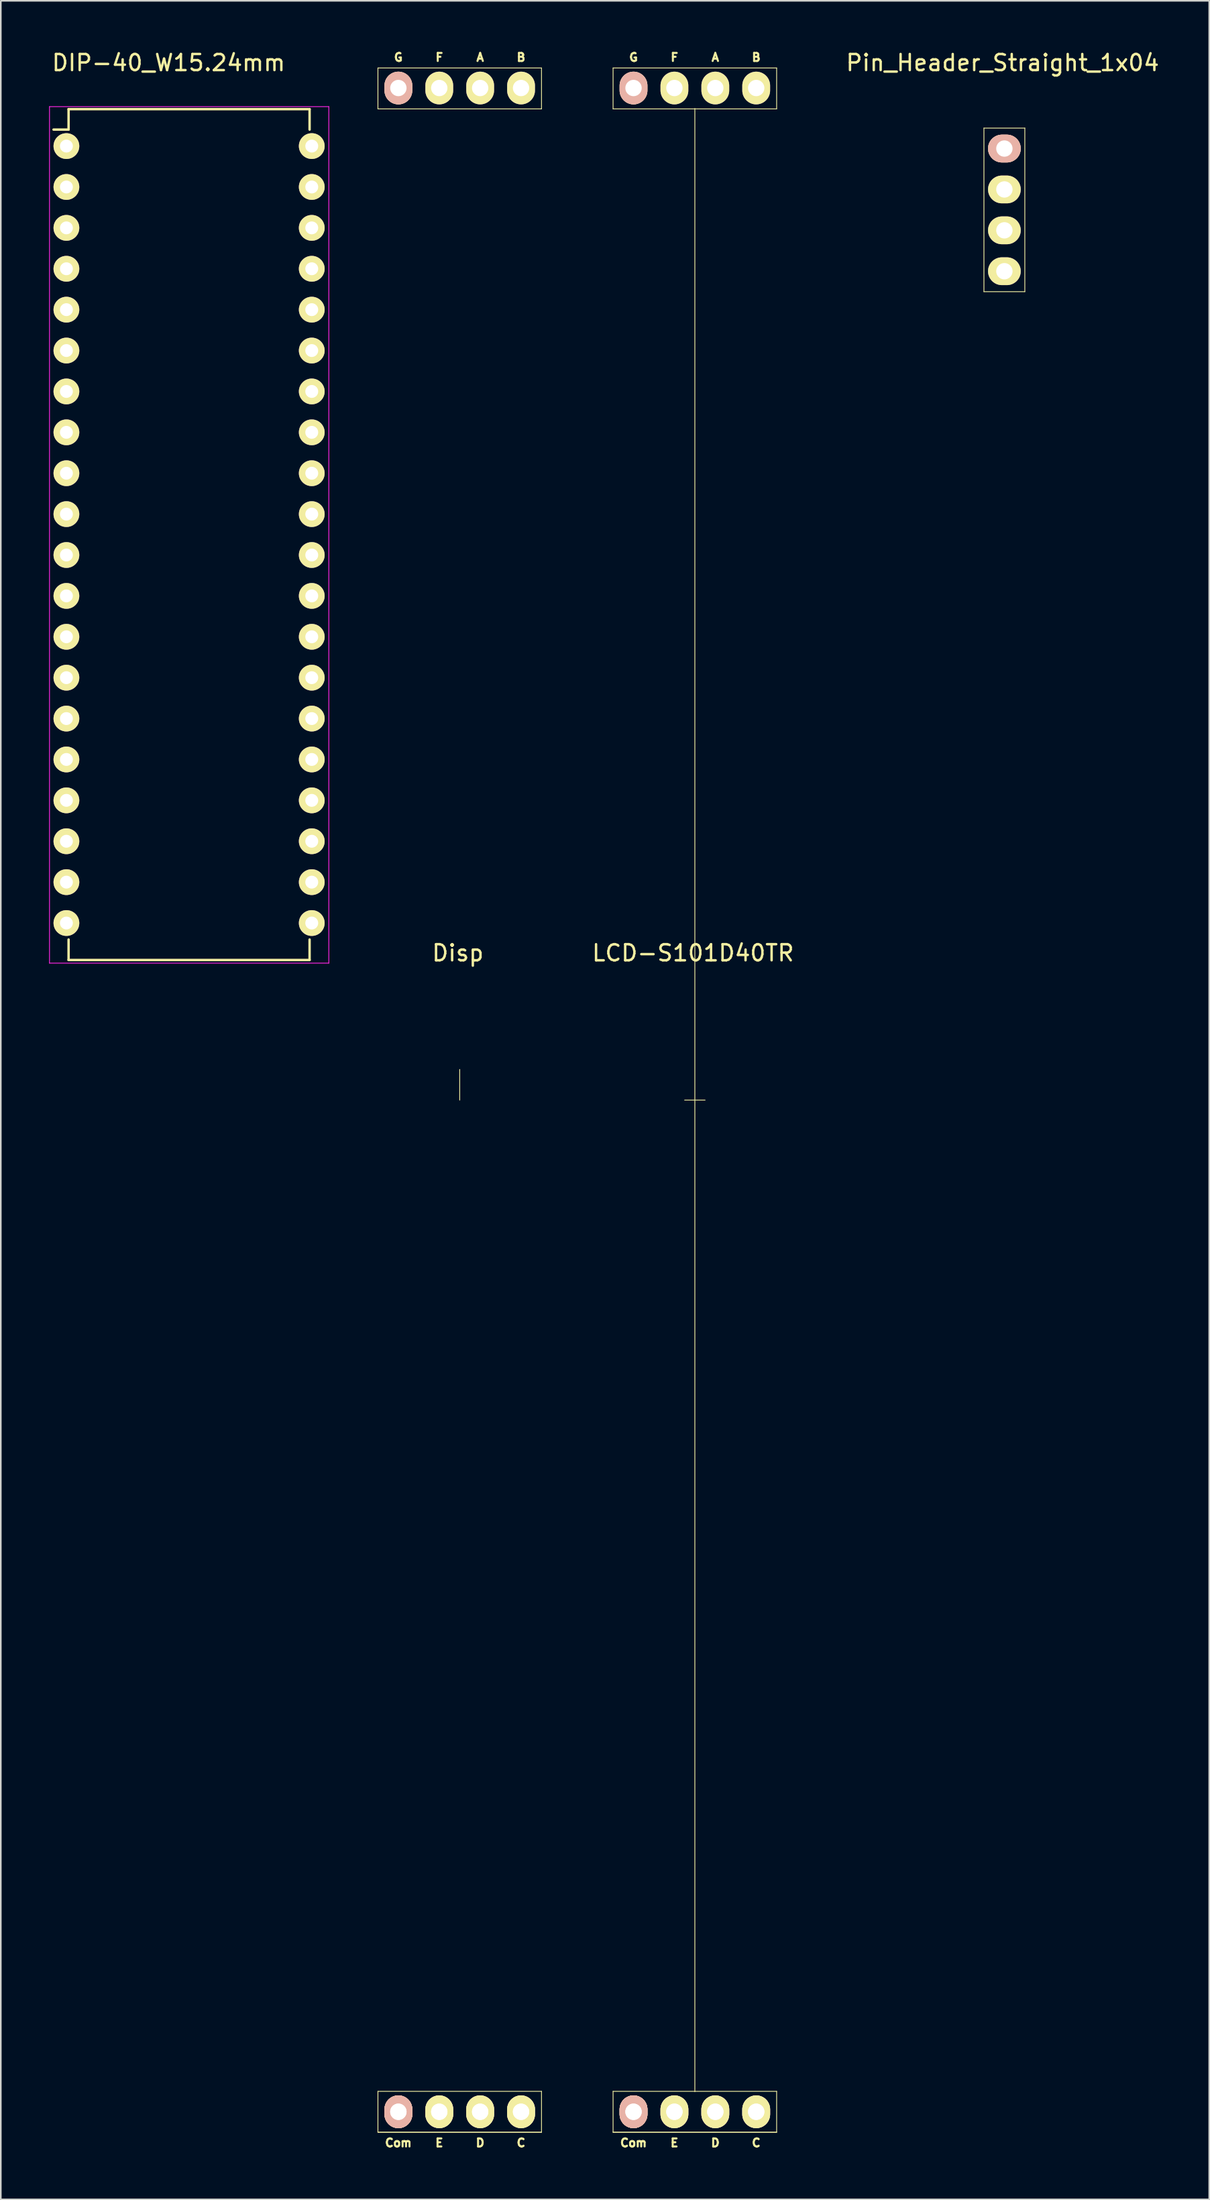
<source format=kicad_pcb>
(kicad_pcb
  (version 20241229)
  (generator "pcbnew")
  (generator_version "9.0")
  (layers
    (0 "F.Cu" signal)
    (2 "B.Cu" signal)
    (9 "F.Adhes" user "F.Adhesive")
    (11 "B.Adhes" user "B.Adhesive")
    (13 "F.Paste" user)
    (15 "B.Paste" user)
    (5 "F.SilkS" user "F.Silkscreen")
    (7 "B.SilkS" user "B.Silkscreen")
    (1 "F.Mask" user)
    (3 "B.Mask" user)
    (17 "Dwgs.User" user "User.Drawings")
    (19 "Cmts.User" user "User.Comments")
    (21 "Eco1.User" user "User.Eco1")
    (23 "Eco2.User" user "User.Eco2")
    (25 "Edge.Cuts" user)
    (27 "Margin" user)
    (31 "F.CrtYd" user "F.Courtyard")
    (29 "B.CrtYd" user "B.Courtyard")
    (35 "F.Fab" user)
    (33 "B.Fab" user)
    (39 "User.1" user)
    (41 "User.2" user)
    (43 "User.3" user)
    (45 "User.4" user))
  (footprint "Pin_Header_Straight_1x04"
    (layer "F.Cu")
    (at 59.337 9.987)
    (property "Reference" "Pin_Header_Straight_1x04" (at -0.114 -9.139 0) (layer "F.SilkS") (effects (font (size 1 1) (thickness 0.15))))
    (attr smd)
    (fp_line (start -1.27 -5.08) (end -1.27 5.08) (stroke (width 0.05) (type solid)) (layer "F.SilkS"))
    (fp_line (start -1.27 5.08) (end 1.27 5.08) (stroke (width 0.05) (type solid)) (layer "F.SilkS"))
    (fp_line (start 1.27 -5.08) (end -1.27 -5.08) (stroke (width 0.05) (type solid)) (layer "F.SilkS"))
    (fp_line (start 1.27 5.08) (end 1.27 -5.08) (stroke (width 0.05) (type solid)) (layer "F.SilkS"))
    (pad "1" thru_hole oval (at 0 -3.81) (size 2.032 1.727) (drill 1.016) (layers "*.Cu" "*.SilkS" "*.Mask"))
    (pad "2" thru_hole oval (at 0 -1.27) (size 2.032 1.727) (drill 1.016) (layers "*.Cu" "*.Mask" "F.SilkS"))
    (pad "3" thru_hole oval (at 0 1.27) (size 2.032 1.727) (drill 1.016) (layers "*.Cu" "*.Mask" "F.SilkS"))
    (pad "4" thru_hole oval (at 0 3.81) (size 2.032 1.727) (drill 1.016) (layers "*.Cu" "*.Mask" "F.SilkS")))
  (footprint "DIP-40_W15.24mm"
    (layer "F.Cu")
    (at 8.695 30.198)
    (property "Reference" "DIP-40_W15.24mm" (at -1.27 -29.35 0) (layer "F.SilkS") (effects (font (size 1 1) (thickness 0.15))))
    (attr through_hole)
    (fp_line (start -7.485 -26.469) (end -7.485 -25.199) (stroke (width 0.15) (type solid)) (layer "F.SilkS"))
    (fp_line (start -7.485 -26.469) (end 7.485 -26.469) (stroke (width 0.15) (type solid)) (layer "F.SilkS"))
    (fp_line (start -7.485 -25.199) (end -8.42 -25.199) (stroke (width 0.15) (type solid)) (layer "F.SilkS"))
    (fp_line (start -7.485 26.381) (end -7.485 25.111) (stroke (width 0.15) (type solid)) (layer "F.SilkS"))
    (fp_line (start -7.485 26.381) (end 7.485 26.381) (stroke (width 0.15) (type solid)) (layer "F.SilkS"))
    (fp_line (start 7.485 -26.469) (end 7.485 -25.199) (stroke (width 0.15) (type solid)) (layer "F.SilkS"))
    (fp_line (start 7.485 26.381) (end 7.485 25.111) (stroke (width 0.15) (type solid)) (layer "F.SilkS"))
    (fp_line (start -8.67 -26.624) (end -8.67 26.576) (stroke (width 0.05) (type solid)) (layer "F.CrtYd"))
    (fp_line (start -8.67 -26.624) (end 8.68 -26.624) (stroke (width 0.05) (type solid)) (layer "F.CrtYd"))
    (fp_line (start -8.67 26.576) (end 8.68 26.576) (stroke (width 0.05) (type solid)) (layer "F.CrtYd"))
    (fp_line (start 8.68 -26.624) (end 8.68 26.576) (stroke (width 0.05) (type solid)) (layer "F.CrtYd"))
    (pad "1" thru_hole oval (at -7.62 -24.174) (size 1.6 1.6) (drill 0.8) (layers "*.Cu" "*.Mask" "F.SilkS"))
    (pad "2" thru_hole oval (at -7.62 -21.634) (size 1.6 1.6) (drill 0.8) (layers "*.Cu" "*.Mask" "F.SilkS"))
    (pad "3" thru_hole oval (at -7.62 -19.094) (size 1.6 1.6) (drill 0.8) (layers "*.Cu" "*.Mask" "F.SilkS"))
    (pad "4" thru_hole oval (at -7.62 -16.554) (size 1.6 1.6) (drill 0.8) (layers "*.Cu" "*.Mask" "F.SilkS"))
    (pad "5" thru_hole oval (at -7.62 -14.014) (size 1.6 1.6) (drill 0.8) (layers "*.Cu" "*.Mask" "F.SilkS"))
    (pad "6" thru_hole oval (at -7.62 -11.474) (size 1.6 1.6) (drill 0.8) (layers "*.Cu" "*.Mask" "F.SilkS"))
    (pad "7" thru_hole oval (at -7.62 -8.934) (size 1.6 1.6) (drill 0.8) (layers "*.Cu" "*.Mask" "F.SilkS"))
    (pad "8" thru_hole oval (at -7.62 -6.394) (size 1.6 1.6) (drill 0.8) (layers "*.Cu" "*.Mask" "F.SilkS"))
    (pad "9" thru_hole oval (at -7.62 -3.854) (size 1.6 1.6) (drill 0.8) (layers "*.Cu" "*.Mask" "F.SilkS"))
    (pad "10" thru_hole oval (at -7.62 -1.314) (size 1.6 1.6) (drill 0.8) (layers "*.Cu" "*.Mask" "F.SilkS"))
    (pad "11" thru_hole oval (at -7.62 1.226) (size 1.6 1.6) (drill 0.8) (layers "*.Cu" "*.Mask" "F.SilkS"))
    (pad "12" thru_hole oval (at -7.62 3.766) (size 1.6 1.6) (drill 0.8) (layers "*.Cu" "*.Mask" "F.SilkS"))
    (pad "13" thru_hole oval (at -7.62 6.306) (size 1.6 1.6) (drill 0.8) (layers "*.Cu" "*.Mask" "F.SilkS"))
    (pad "14" thru_hole oval (at -7.62 8.846) (size 1.6 1.6) (drill 0.8) (layers "*.Cu" "*.Mask" "F.SilkS"))
    (pad "15" thru_hole oval (at -7.62 11.386) (size 1.6 1.6) (drill 0.8) (layers "*.Cu" "*.Mask" "F.SilkS"))
    (pad "16" thru_hole oval (at -7.62 13.926) (size 1.6 1.6) (drill 0.8) (layers "*.Cu" "*.Mask" "F.SilkS"))
    (pad "17" thru_hole oval (at -7.62 16.466) (size 1.6 1.6) (drill 0.8) (layers "*.Cu" "*.Mask" "F.SilkS"))
    (pad "18" thru_hole oval (at -7.62 19.006) (size 1.6 1.6) (drill 0.8) (layers "*.Cu" "*.Mask" "F.SilkS"))
    (pad "19" thru_hole oval (at -7.62 21.546) (size 1.6 1.6) (drill 0.8) (layers "*.Cu" "*.Mask" "F.SilkS"))
    (pad "20" thru_hole oval (at -7.62 24.086) (size 1.6 1.6) (drill 0.8) (layers "*.Cu" "*.Mask" "F.SilkS"))
    (pad "21" thru_hole oval (at 7.62 24.086) (size 1.6 1.6) (drill 0.8) (layers "*.Cu" "*.Mask" "F.SilkS"))
    (pad "22" thru_hole oval (at 7.62 21.546) (size 1.6 1.6) (drill 0.8) (layers "*.Cu" "*.Mask" "F.SilkS"))
    (pad "23" thru_hole oval (at 7.62 19.006) (size 1.6 1.6) (drill 0.8) (layers "*.Cu" "*.Mask" "F.SilkS"))
    (pad "24" thru_hole oval (at 7.62 16.466) (size 1.6 1.6) (drill 0.8) (layers "*.Cu" "*.Mask" "F.SilkS"))
    (pad "25" thru_hole oval (at 7.62 13.926) (size 1.6 1.6) (drill 0.8) (layers "*.Cu" "*.Mask" "F.SilkS"))
    (pad "26" thru_hole oval (at 7.62 11.386) (size 1.6 1.6) (drill 0.8) (layers "*.Cu" "*.Mask" "F.SilkS"))
    (pad "27" thru_hole oval (at 7.62 8.846) (size 1.6 1.6) (drill 0.8) (layers "*.Cu" "*.Mask" "F.SilkS"))
    (pad "28" thru_hole oval (at 7.62 6.306) (size 1.6 1.6) (drill 0.8) (layers "*.Cu" "*.Mask" "F.SilkS"))
    (pad "29" thru_hole oval (at 7.62 3.766) (size 1.6 1.6) (drill 0.8) (layers "*.Cu" "*.Mask" "F.SilkS"))
    (pad "30" thru_hole oval (at 7.62 1.226) (size 1.6 1.6) (drill 0.8) (layers "*.Cu" "*.Mask" "F.SilkS"))
    (pad "31" thru_hole oval (at 7.62 -1.314) (size 1.6 1.6) (drill 0.8) (layers "*.Cu" "*.Mask" "F.SilkS"))
    (pad "32" thru_hole oval (at 7.62 -3.854) (size 1.6 1.6) (drill 0.8) (layers "*.Cu" "*.Mask" "F.SilkS"))
    (pad "33" thru_hole oval (at 7.62 -6.394) (size 1.6 1.6) (drill 0.8) (layers "*.Cu" "*.Mask" "F.SilkS"))
    (pad "34" thru_hole oval (at 7.62 -8.934) (size 1.6 1.6) (drill 0.8) (layers "*.Cu" "*.Mask" "F.SilkS"))
    (pad "35" thru_hole oval (at 7.62 -11.474) (size 1.6 1.6) (drill 0.8) (layers "*.Cu" "*.Mask" "F.SilkS"))
    (pad "36" thru_hole oval (at 7.62 -14.014) (size 1.6 1.6) (drill 0.8) (layers "*.Cu" "*.Mask" "F.SilkS"))
    (pad "37" thru_hole oval (at 7.62 -16.554) (size 1.6 1.6) (drill 0.8) (layers "*.Cu" "*.Mask" "F.SilkS"))
    (pad "38" thru_hole oval (at 7.62 -19.094) (size 1.6 1.6) (drill 0.8) (layers "*.Cu" "*.Mask" "F.SilkS"))
    (pad "39" thru_hole oval (at 7.62 -21.634) (size 1.6 1.6) (drill 0.8) (layers "*.Cu" "*.Mask" "F.SilkS"))
    (pad "40" thru_hole oval (at 7.62 -24.174) (size 1.6 1.6) (drill 0.8) (layers "*.Cu" "*.Mask" "F.SilkS")))
  (footprint "LCD-S101D40TR"
    (layer "F.Cu")
    (at 40.111 65.282)
    (property "Reference" "LCD-S101D40TR" (at -0.114 -9.139 0) (layer "F.SilkS") (effects (font (size 1 1) (thickness 0.15))))
    (attr through_hole)
    (fp_line (start -5.08 -64.11) (end 5.08 -64.11) (stroke (width 0.05) (type solid)) (layer "F.SilkS"))
    (fp_line (start -5.08 -61.57) (end -5.08 -64.11) (stroke (width 0.05) (type solid)) (layer "F.SilkS"))
    (fp_line (start -5.08 -61.57) (end 5.08 -61.57) (stroke (width 0.05) (type solid)) (layer "F.SilkS"))
    (fp_line (start -5.08 61.57) (end -5.08 64.11) (stroke (width 0.05) (type solid)) (layer "F.SilkS"))
    (fp_line (start -5.08 64.11) (end 5.08 64.11) (stroke (width 0.05) (type solid)) (layer "F.SilkS"))
    (fp_line (start -5.08 64.11) (end 5.08 64.11) (stroke (width 0.05) (type solid)) (layer "F.SilkS"))
    (fp_line (start -0.635 0) (end 0.635 0) (stroke (width 0.05) (type solid)) (layer "F.SilkS"))
    (fp_line (start 0 -61.595) (end 0 61.595) (stroke (width 0.05) (type solid)) (layer "F.SilkS"))
    (fp_line (start 5.08 -64.11) (end 5.08 -61.57) (stroke (width 0.05) (type solid)) (layer "F.SilkS"))
    (fp_line (start 5.08 61.57) (end -5.08 61.57) (stroke (width 0.05) (type solid)) (layer "F.SilkS"))
    (fp_line (start 5.08 64.11) (end 5.08 61.57) (stroke (width 0.05) (type solid)) (layer "F.SilkS"))
    (fp_text user "Com" (at -3.81 64.77 0) (layer "F.SilkS") (effects (font (size 0.5 0.5) (thickness 0.125))))
    (fp_text user "B" (at 3.81 -64.77 0) (layer "F.SilkS") (effects (font (size 0.5 0.5) (thickness 0.125))))
    (fp_text user "G" (at -3.81 -64.77 0) (layer "F.SilkS") (effects (font (size 0.5 0.5) (thickness 0.125))))
    (fp_text user "F" (at -1.27 -64.77 0) (layer "F.SilkS") (effects (font (size 0.5 0.5) (thickness 0.125))))
    (fp_text user "E" (at -1.27 64.77 0) (layer "F.SilkS") (effects (font (size 0.5 0.5) (thickness 0.125))))
    (fp_text user "C" (at 3.81 64.77 0) (layer "F.SilkS") (effects (font (size 0.5 0.5) (thickness 0.125))))
    (fp_text user "D" (at 1.27 64.77 0) (layer "F.SilkS") (effects (font (size 0.5 0.5) (thickness 0.125))))
    (fp_text user "A" (at 1.27 -64.77 0) (layer "F.SilkS") (effects (font (size 0.5 0.5) (thickness 0.125))))
    (pad "1" thru_hole oval (at -3.81 62.84 90) (size 2.032 1.727) (drill 1.016) (layers "*.Cu" "*.SilkS" "*.Mask"))
    (pad "1" thru_hole oval (at -3.81 62.84 90) (size 2.032 1.727) (drill 1.016) (layers "*.Cu" "*.SilkS" "*.Mask"))
    (pad "2" thru_hole oval (at -1.27 62.84 90) (size 2.032 1.727) (drill 1.016) (layers "*.Cu" "*.Mask" "F.SilkS"))
    (pad "2" thru_hole oval (at -1.27 62.84 90) (size 2.032 1.727) (drill 1.016) (layers "*.Cu" "*.Mask" "F.SilkS"))
    (pad "3" thru_hole oval (at 1.27 62.84 90) (size 2.032 1.727) (drill 1.016) (layers "*.Cu" "*.Mask" "F.SilkS"))
    (pad "3" thru_hole oval (at 1.27 62.84 90) (size 2.032 1.727) (drill 1.016) (layers "*.Cu" "*.Mask" "F.SilkS"))
    (pad "4" thru_hole oval (at 3.81 62.84 90) (size 2.032 1.727) (drill 1.016) (layers "*.Cu" "*.Mask" "F.SilkS"))
    (pad "4" thru_hole oval (at 3.81 62.84 90) (size 2.032 1.727) (drill 1.016) (layers "*.Cu" "*.Mask" "F.SilkS"))
    (pad "5" thru_hole oval (at 3.81 -62.865 90) (size 2.032 1.727) (drill 1.016) (layers "*.Cu" "*.Mask" "F.SilkS"))
    (pad "6" thru_hole oval (at 1.27 -62.865 90) (size 2.032 1.727) (drill 1.016) (layers "*.Cu" "*.Mask" "F.SilkS"))
    (pad "7" thru_hole oval (at -1.27 -62.865 90) (size 2.032 1.727) (drill 1.016) (layers "*.Cu" "*.Mask" "F.SilkS"))
    (pad "8" thru_hole oval (at -3.81 -62.865 90) (size 2.032 1.727) (drill 1.016) (layers "*.Cu" "*.SilkS" "*.Mask")))
  (footprint "Disp"
    (layer "F.Cu")
    (at 25.505 65.282)
    (property "Reference" "Disp" (at -0.114 -9.139 0) (layer "F.SilkS") (effects (font (size 1 1) (thickness 0.15))))
    (attr smd)
    (fp_line (start -5.08 -64.11) (end 5.08 -64.11) (stroke (width 0.05) (type solid)) (layer "F.SilkS"))
    (fp_line (start -5.08 -61.57) (end -5.08 -64.11) (stroke (width 0.05) (type solid)) (layer "F.SilkS"))
    (fp_line (start -5.08 -61.57) (end 5.08 -61.57) (stroke (width 0.05) (type solid)) (layer "F.SilkS"))
    (fp_line (start -5.08 61.57) (end -5.08 64.11) (stroke (width 0.05) (type solid)) (layer "F.SilkS"))
    (fp_line (start -5.08 64.11) (end 5.08 64.11) (stroke (width 0.05) (type solid)) (layer "F.SilkS"))
    (fp_line (start -5.08 64.11) (end 5.08 64.11) (stroke (width 0.05) (type solid)) (layer "F.SilkS"))
    (fp_line (start 0 0) (end 0 -1.905) (stroke (width 0.05) (type solid)) (layer "F.SilkS"))
    (fp_line (start 5.08 -64.11) (end 5.08 -61.57) (stroke (width 0.05) (type solid)) (layer "F.SilkS"))
    (fp_line (start 5.08 61.57) (end -5.08 61.57) (stroke (width 0.05) (type solid)) (layer "F.SilkS"))
    (fp_line (start 5.08 64.11) (end 5.08 61.57) (stroke (width 0.05) (type solid)) (layer "F.SilkS"))
    (fp_text user "E" (at -1.27 64.77 0) (layer "F.SilkS") (effects (font (size 0.5 0.5) (thickness 0.125))))
    (fp_text user "D" (at 1.27 64.77 0) (layer "F.SilkS") (effects (font (size 0.5 0.5) (thickness 0.125))))
    (fp_text user "Com" (at -3.81 64.77 0) (layer "F.SilkS") (effects (font (size 0.5 0.5) (thickness 0.125))))
    (fp_text user "B" (at 3.81 -64.77 0) (layer "F.SilkS") (effects (font (size 0.5 0.5) (thickness 0.125))))
    (fp_text user "C" (at 3.81 64.77 0) (layer "F.SilkS") (effects (font (size 0.5 0.5) (thickness 0.125))))
    (fp_text user "F" (at -1.27 -64.77 0) (layer "F.SilkS") (effects (font (size 0.5 0.5) (thickness 0.125))))
    (fp_text user "A" (at 1.27 -64.77 0) (layer "F.SilkS") (effects (font (size 0.5 0.5) (thickness 0.125))))
    (fp_text user "G" (at -3.81 -64.77 0) (layer "F.SilkS") (effects (font (size 0.5 0.5) (thickness 0.125))))
    (pad "1" thru_hole oval (at -3.81 62.84 90) (size 2.032 1.727) (drill 1.016) (layers "*.Cu" "*.SilkS" "*.Mask"))
    (pad "1" thru_hole oval (at -3.81 62.84 90) (size 2.032 1.727) (drill 1.016) (layers "*.Cu" "*.SilkS" "*.Mask"))
    (pad "2" thru_hole oval (at -1.27 62.84 90) (size 2.032 1.727) (drill 1.016) (layers "*.Cu" "*.Mask" "F.SilkS"))
    (pad "2" thru_hole oval (at -1.27 62.84 90) (size 2.032 1.727) (drill 1.016) (layers "*.Cu" "*.Mask" "F.SilkS"))
    (pad "3" thru_hole oval (at 1.27 62.84 90) (size 2.032 1.727) (drill 1.016) (layers "*.Cu" "*.Mask" "F.SilkS"))
    (pad "3" thru_hole oval (at 1.27 62.84 90) (size 2.032 1.727) (drill 1.016) (layers "*.Cu" "*.Mask" "F.SilkS"))
    (pad "4" thru_hole oval (at 3.81 62.84 90) (size 2.032 1.727) (drill 1.016) (layers "*.Cu" "*.Mask" "F.SilkS"))
    (pad "4" thru_hole oval (at 3.81 62.84 90) (size 2.032 1.727) (drill 1.016) (layers "*.Cu" "*.Mask" "F.SilkS"))
    (pad "5" thru_hole oval (at 3.81 -62.865 90) (size 2.032 1.727) (drill 1.016) (layers "*.Cu" "*.Mask" "F.SilkS"))
    (pad "6" thru_hole oval (at 1.27 -62.865 90) (size 2.032 1.727) (drill 1.016) (layers "*.Cu" "*.Mask" "F.SilkS"))
    (pad "7" thru_hole oval (at -1.27 -62.865 90) (size 2.032 1.727) (drill 1.016) (layers "*.Cu" "*.Mask" "F.SilkS"))
    (pad "8" thru_hole oval (at -3.81 -62.865 90) (size 2.032 1.727) (drill 1.016) (layers "*.Cu" "*.SilkS" "*.Mask")))
  (gr_rect
    (start -3 -3)
    (end 72.062 133.564)
    (stroke (width 0.1) (type default))
    (fill no)
    (layer "Edge.Cuts")))
</source>
